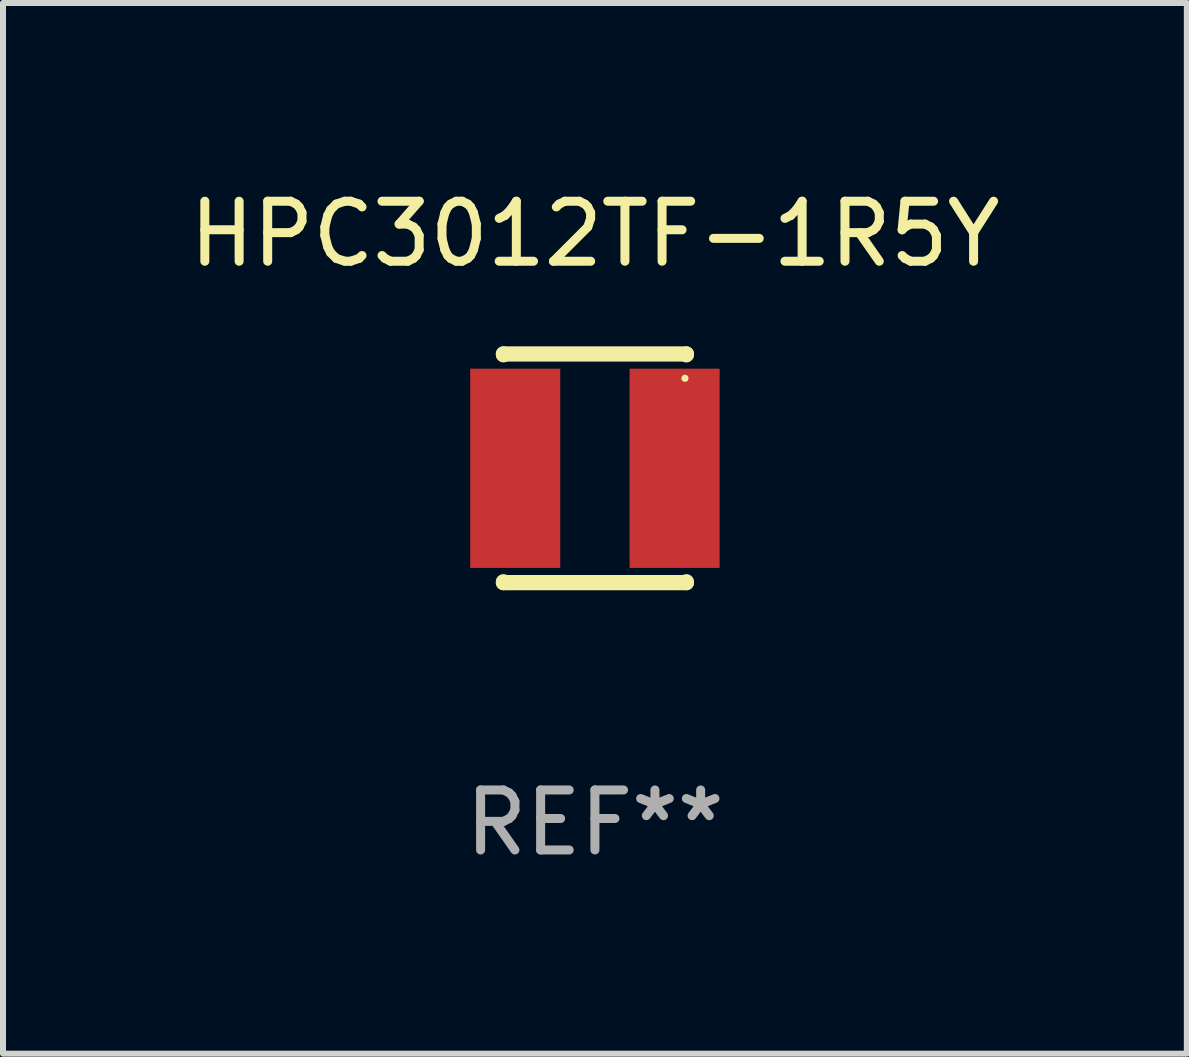
<source format=kicad_pcb>
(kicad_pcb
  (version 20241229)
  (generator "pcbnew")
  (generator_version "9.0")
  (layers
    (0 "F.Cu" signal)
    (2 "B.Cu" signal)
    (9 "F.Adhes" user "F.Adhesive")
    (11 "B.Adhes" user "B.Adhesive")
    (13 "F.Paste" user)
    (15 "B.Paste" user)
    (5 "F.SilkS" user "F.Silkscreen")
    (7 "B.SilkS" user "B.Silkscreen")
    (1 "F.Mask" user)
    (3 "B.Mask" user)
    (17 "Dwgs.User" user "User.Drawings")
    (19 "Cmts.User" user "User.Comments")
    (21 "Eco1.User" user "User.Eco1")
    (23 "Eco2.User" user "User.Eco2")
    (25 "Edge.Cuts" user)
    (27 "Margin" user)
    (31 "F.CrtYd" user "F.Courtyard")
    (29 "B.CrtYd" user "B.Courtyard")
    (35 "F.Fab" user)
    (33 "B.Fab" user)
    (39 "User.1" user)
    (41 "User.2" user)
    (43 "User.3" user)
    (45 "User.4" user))
  (footprint "HPC3012TF-1R5Y"
    (layer "F.Cu")
    (at 6.863 4.753)
    (property "Reference" "HPC3012TF-1R5Y" (at 0 -3.905 0) (layer "F.SilkS") (effects (font (size 1 1) (thickness 0.15))))
    (attr through_hole)
    (fp_line (start -1.524 -1.905) (end 1.524 -1.905) (stroke (width 0.254) (type solid)) (layer "F.SilkS"))
    (fp_line (start -1.524 -1.891) (end -1.524 -1.905) (stroke (width 0.254) (type solid)) (layer "F.SilkS"))
    (fp_line (start -1.524 1.905) (end -1.524 1.891) (stroke (width 0.254) (type solid)) (layer "F.SilkS"))
    (fp_line (start -1.524 1.905) (end 1.524 1.905) (stroke (width 0.254) (type solid)) (layer "F.SilkS"))
    (fp_line (start 1.524 -1.905) (end 1.524 -1.891) (stroke (width 0.254) (type solid)) (layer "F.SilkS"))
    (fp_line (start 1.524 1.891) (end 1.524 1.905) (stroke (width 0.254) (type solid)) (layer "F.SilkS"))
    (fp_circle (center 1.5 -1.5) (end 1.53 -1.5) (stroke (width 0.06) (type solid)) (fill no) (layer "F.SilkS"))
    (fp_text user "REF**" (at 0 5.905 0) (layer "F.Fab") (effects (font (size 1 1) (thickness 0.15))))
    (pad "1" smd rect (at 1.328 0) (size 1.5 3.32) (layers "F.Cu" "F.Mask" "F.Paste"))
    (pad "2" smd rect (at -1.328 0) (size 1.5 3.32) (layers "F.Cu" "F.Mask" "F.Paste")))
  (gr_rect
    (start -3 -3)
    (end 16.726 14.507)
    (stroke (width 0.1) (type default))
    (fill no)
    (layer "Edge.Cuts")))
</source>
